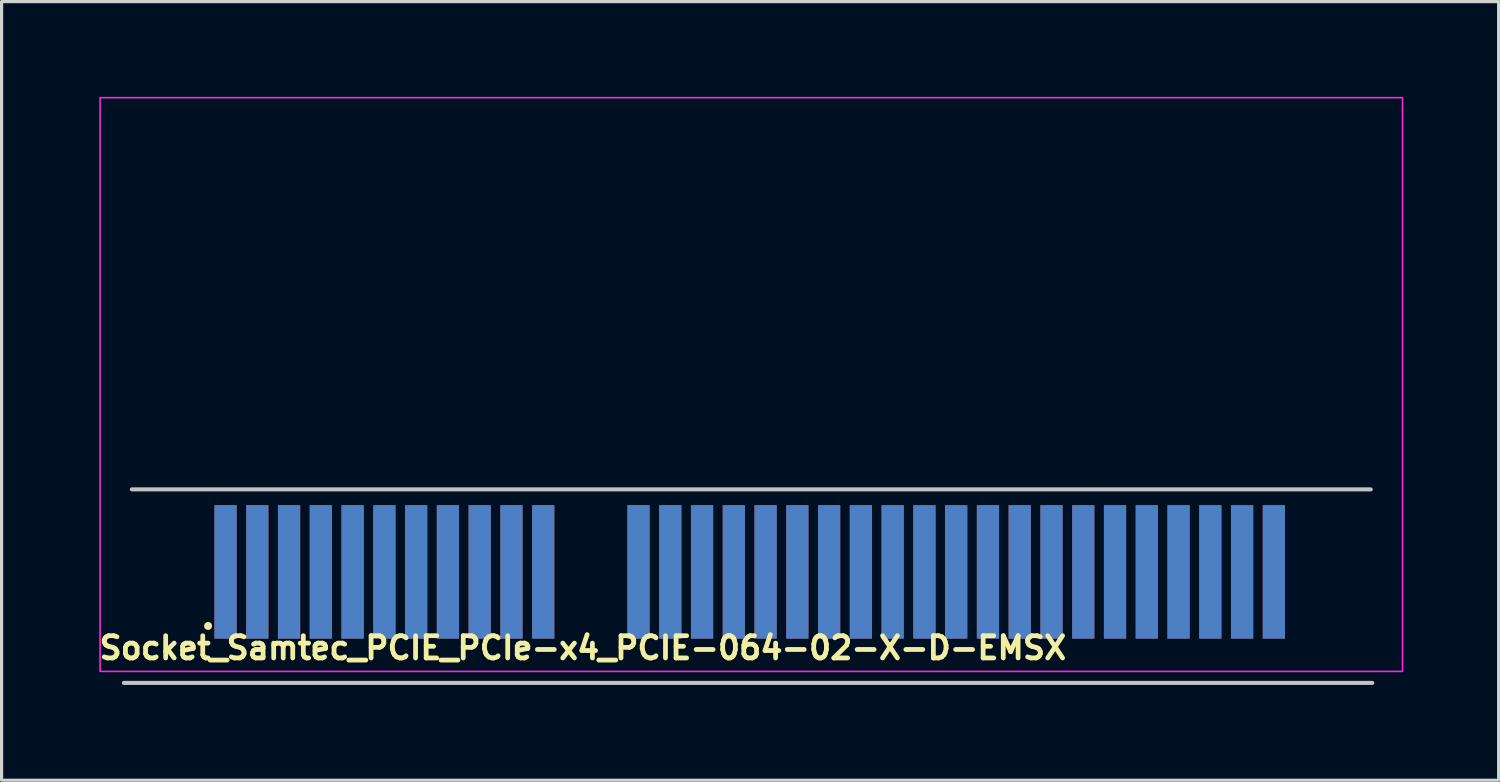
<source format=kicad_pcb>
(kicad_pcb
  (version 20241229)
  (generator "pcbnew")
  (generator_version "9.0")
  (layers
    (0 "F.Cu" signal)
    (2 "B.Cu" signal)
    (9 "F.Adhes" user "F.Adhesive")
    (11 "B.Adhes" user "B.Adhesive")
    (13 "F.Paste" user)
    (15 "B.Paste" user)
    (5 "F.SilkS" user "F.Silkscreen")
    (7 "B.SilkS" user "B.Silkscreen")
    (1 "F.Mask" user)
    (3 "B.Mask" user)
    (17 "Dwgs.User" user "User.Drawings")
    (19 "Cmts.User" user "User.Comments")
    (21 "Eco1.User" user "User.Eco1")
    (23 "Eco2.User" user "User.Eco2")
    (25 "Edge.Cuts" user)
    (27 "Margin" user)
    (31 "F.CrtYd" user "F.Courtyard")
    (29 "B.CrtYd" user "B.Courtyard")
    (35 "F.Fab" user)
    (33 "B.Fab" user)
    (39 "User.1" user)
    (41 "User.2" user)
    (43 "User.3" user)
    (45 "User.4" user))
  (footprint "Socket_Samtec_PCIE_PCIe-x4_PCIE-064-02-X-D-EMSX"
    (layer "F.Cu")
    (at 20.6 9.055)
    (property "Reference" "Socket_Samtec_PCIE_PCIe-x4_PCIE-064-02-X-D-EMSX" (at -20.6 8.7 0) (layer "F.SilkS") (effects (font (size 0.7 0.7) (thickness 0.15)) (justify left bottom)))
    (attr smd)
    (fp_circle (center -17.1 7.6) (end -17.05 7.6) (stroke (width 0.15) (type solid)) (fill yes) (layer "F.SilkS"))
    (fp_line (start 19.5 3.3) (end -19.5 3.3) (stroke (width 0.127) (type solid)) (layer "Dwgs.User"))
    (fp_line (start 19.55 9.392) (end -19.75 9.392) (stroke (width 0.127) (type solid)) (layer "Dwgs.User"))
    (fp_rect (start -20.5 -9.03) (end 20.5 9.03) (stroke (width 0.05) (type solid)) (fill no) (layer "F.CrtYd"))
    (fp_rect (start -19.5 -8.032) (end 19.5 8.033) (stroke (width 0.1) (type solid)) (fill no) (layer "User.5"))
    (fp_line (start -19.5 -8.008) (end -15.95 -8.008) (stroke (width 0.02) (type solid)) (layer "User.9"))
    (fp_line (start -19.5 -5.207) (end -19.5 -8.008) (stroke (width 0.02) (type solid)) (layer "User.9"))
    (fp_line (start -19.5 -4.407) (end -19.5 -5.207) (stroke (width 0.02) (type solid)) (layer "User.9"))
    (fp_line (start -19.5 3.042) (end -19.5 -4.407) (stroke (width 0.02) (type solid)) (layer "User.9"))
    (fp_line (start -18.481 -8.032) (end -17.381 -8.032) (stroke (width 0.02) (type solid)) (layer "User.9"))
    (fp_line (start -18.481 -8.008) (end -18.481 -8.032) (stroke (width 0.02) (type solid)) (layer "User.9"))
    (fp_line (start -17.381 -8.008) (end -17.381 -8.032) (stroke (width 0.02) (type solid)) (layer "User.9"))
    (fp_line (start -16.695 5.393) (end -16.695 3.042) (stroke (width 0.02) (type solid)) (layer "User.9"))
    (fp_line (start -16.695 5.393) (end -16.695 5.531) (stroke (width 0.02) (type solid)) (layer "User.9"))
    (fp_line (start -16.695 7.538) (end -16.695 5.531) (stroke (width 0.02) (type solid)) (layer "User.9"))
    (fp_line (start -16.695 7.538) (end -16.695 7.732) (stroke (width 0.02) (type solid)) (layer "User.9"))
    (fp_line (start -16.695 7.903) (end -16.695 7.732) (stroke (width 0.02) (type solid)) (layer "User.9"))
    (fp_line (start -16.695 8.033) (end -16.695 7.903) (stroke (width 0.02) (type solid)) (layer "User.9"))
    (fp_line (start -16.34 3.042) (end -16.34 5.393) (stroke (width 0.02) (type solid)) (layer "User.9"))
    (fp_line (start -16.34 5.393) (end -16.34 5.531) (stroke (width 0.02) (type solid)) (layer "User.9"))
    (fp_line (start -16.34 5.531) (end -16.34 7.538) (stroke (width 0.02) (type solid)) (layer "User.9"))
    (fp_line (start -16.34 7.538) (end -16.34 7.732) (stroke (width 0.02) (type solid)) (layer "User.9"))
    (fp_line (start -16.34 7.732) (end -16.34 7.903) (stroke (width 0.02) (type solid)) (layer "User.9"))
    (fp_line (start -16.34 7.903) (end -16.695 7.903) (stroke (width 0.02) (type solid)) (layer "User.9"))
    (fp_line (start -16.34 7.903) (end -16.34 8.033) (stroke (width 0.02) (type solid)) (layer "User.9"))
    (fp_line (start -16.34 8.033) (end -16.695 8.033) (stroke (width 0.02) (type solid)) (layer "User.9"))
    (fp_line (start -15.95 -8.008) (end -15.95 -5.207) (stroke (width 0.02) (type solid)) (layer "User.9"))
    (fp_line (start -15.95 -5.207) (end -19.5 -5.207) (stroke (width 0.02) (type solid)) (layer "User.9"))
    (fp_line (start -15.95 -5.207) (end -15.95 -4.407) (stroke (width 0.02) (type solid)) (layer "User.9"))
    (fp_line (start -15.95 -4.407) (end -19.5 -4.407) (stroke (width 0.02) (type solid)) (layer "User.9"))
    (fp_line (start -15.695 5.393) (end -15.695 3.042) (stroke (width 0.02) (type solid)) (layer "User.9"))
    (fp_line (start -15.695 5.531) (end -15.695 5.393) (stroke (width 0.02) (type solid)) (layer "User.9"))
    (fp_line (start -15.695 7.538) (end -15.695 5.531) (stroke (width 0.02) (type solid)) (layer "User.9"))
    (fp_line (start -15.695 7.732) (end -15.695 7.538) (stroke (width 0.02) (type solid)) (layer "User.9"))
    (fp_line (start -15.695 7.903) (end -15.695 7.732) (stroke (width 0.02) (type solid)) (layer "User.9"))
    (fp_line (start -15.695 8.033) (end -15.695 7.903) (stroke (width 0.02) (type solid)) (layer "User.9"))
    (fp_line (start -15.34 3.042) (end -15.34 5.393) (stroke (width 0.02) (type solid)) (layer "User.9"))
    (fp_line (start -15.34 5.393) (end -15.34 5.531) (stroke (width 0.02) (type solid)) (layer "User.9"))
    (fp_line (start -15.34 5.531) (end -15.34 7.538) (stroke (width 0.02) (type solid)) (layer "User.9"))
    (fp_line (start -15.34 7.538) (end -15.34 7.732) (stroke (width 0.02) (type solid)) (layer "User.9"))
    (fp_line (start -15.34 7.732) (end -15.34 7.903) (stroke (width 0.02) (type solid)) (layer "User.9"))
    (fp_line (start -15.34 7.903) (end -15.695 7.903) (stroke (width 0.02) (type solid)) (layer "User.9"))
    (fp_line (start -15.34 7.903) (end -15.34 8.033) (stroke (width 0.02) (type solid)) (layer "User.9"))
    (fp_line (start -15.34 8.033) (end -15.695 8.033) (stroke (width 0.02) (type solid)) (layer "User.9"))
    (fp_line (start -14.695 5.393) (end -14.695 3.042) (stroke (width 0.02) (type solid)) (layer "User.9"))
    (fp_line (start -14.695 5.531) (end -14.695 5.393) (stroke (width 0.02) (type solid)) (layer "User.9"))
    (fp_line (start -14.695 7.538) (end -14.695 5.531) (stroke (width 0.02) (type solid)) (layer "User.9"))
    (fp_line (start -14.695 7.732) (end -14.695 7.538) (stroke (width 0.02) (type solid)) (layer "User.9"))
    (fp_line (start -14.695 7.903) (end -14.695 7.732) (stroke (width 0.02) (type solid)) (layer "User.9"))
    (fp_line (start -14.695 8.033) (end -14.695 7.903) (stroke (width 0.02) (type solid)) (layer "User.9"))
    (fp_line (start -14.55 -8.008) (end -15.95 -8.008) (stroke (width 0.02) (type solid)) (layer "User.9"))
    (fp_line (start -14.55 -8.008) (end -10.45 -8.008) (stroke (width 0.02) (type solid)) (layer "User.9"))
    (fp_line (start -14.55 -5.207) (end -14.55 -8.008) (stroke (width 0.02) (type solid)) (layer "User.9"))
    (fp_line (start -14.55 -4.407) (end -14.55 -5.207) (stroke (width 0.02) (type solid)) (layer "User.9"))
    (fp_line (start -14.34 3.042) (end -14.34 5.393) (stroke (width 0.02) (type solid)) (layer "User.9"))
    (fp_line (start -14.34 5.393) (end -14.34 5.531) (stroke (width 0.02) (type solid)) (layer "User.9"))
    (fp_line (start -14.34 5.531) (end -14.34 7.538) (stroke (width 0.02) (type solid)) (layer "User.9"))
    (fp_line (start -14.34 7.538) (end -14.34 7.732) (stroke (width 0.02) (type solid)) (layer "User.9"))
    (fp_line (start -14.34 7.732) (end -14.34 7.903) (stroke (width 0.02) (type solid)) (layer "User.9"))
    (fp_line (start -14.34 7.903) (end -14.695 7.903) (stroke (width 0.02) (type solid)) (layer "User.9"))
    (fp_line (start -14.34 7.903) (end -14.34 8.033) (stroke (width 0.02) (type solid)) (layer "User.9"))
    (fp_line (start -14.34 8.033) (end -14.695 8.033) (stroke (width 0.02) (type solid)) (layer "User.9"))
    (fp_line (start -13.695 5.393) (end -13.695 3.042) (stroke (width 0.02) (type solid)) (layer "User.9"))
    (fp_line (start -13.695 5.531) (end -13.695 5.393) (stroke (width 0.02) (type solid)) (layer "User.9"))
    (fp_line (start -13.695 7.538) (end -13.695 5.531) (stroke (width 0.02) (type solid)) (layer "User.9"))
    (fp_line (start -13.695 7.732) (end -13.695 7.538) (stroke (width 0.02) (type solid)) (layer "User.9"))
    (fp_line (start -13.695 7.903) (end -13.695 7.732) (stroke (width 0.02) (type solid)) (layer "User.9"))
    (fp_line (start -13.695 8.033) (end -13.695 7.903) (stroke (width 0.02) (type solid)) (layer "User.9"))
    (fp_line (start -13.34 3.042) (end -13.34 5.393) (stroke (width 0.02) (type solid)) (layer "User.9"))
    (fp_line (start -13.34 5.393) (end -13.34 5.531) (stroke (width 0.02) (type solid)) (layer "User.9"))
    (fp_line (start -13.34 5.531) (end -13.34 7.538) (stroke (width 0.02) (type solid)) (layer "User.9"))
    (fp_line (start -13.34 7.538) (end -13.34 7.732) (stroke (width 0.02) (type solid)) (layer "User.9"))
    (fp_line (start -13.34 7.732) (end -13.34 7.903) (stroke (width 0.02) (type solid)) (layer "User.9"))
    (fp_line (start -13.34 7.903) (end -13.695 7.903) (stroke (width 0.02) (type solid)) (layer "User.9"))
    (fp_line (start -13.34 7.903) (end -13.34 8.033) (stroke (width 0.02) (type solid)) (layer "User.9"))
    (fp_line (start -13.34 8.033) (end -13.695 8.033) (stroke (width 0.02) (type solid)) (layer "User.9"))
    (fp_line (start -12.695 5.393) (end -12.695 3.042) (stroke (width 0.02) (type solid)) (layer "User.9"))
    (fp_line (start -12.695 5.531) (end -12.695 5.393) (stroke (width 0.02) (type solid)) (layer "User.9"))
    (fp_line (start -12.695 7.538) (end -12.695 5.531) (stroke (width 0.02) (type solid)) (layer "User.9"))
    (fp_line (start -12.695 7.732) (end -12.695 7.538) (stroke (width 0.02) (type solid)) (layer "User.9"))
    (fp_line (start -12.695 7.903) (end -12.695 7.732) (stroke (width 0.02) (type solid)) (layer "User.9"))
    (fp_line (start -12.695 8.033) (end -12.695 7.903) (stroke (width 0.02) (type solid)) (layer "User.9"))
    (fp_line (start -12.34 3.042) (end -12.34 5.393) (stroke (width 0.02) (type solid)) (layer "User.9"))
    (fp_line (start -12.34 5.393) (end -12.34 5.531) (stroke (width 0.02) (type solid)) (layer "User.9"))
    (fp_line (start -12.34 5.531) (end -12.34 7.538) (stroke (width 0.02) (type solid)) (layer "User.9"))
    (fp_line (start -12.34 7.538) (end -12.34 7.732) (stroke (width 0.02) (type solid)) (layer "User.9"))
    (fp_line (start -12.34 7.732) (end -12.34 7.903) (stroke (width 0.02) (type solid)) (layer "User.9"))
    (fp_line (start -12.34 7.903) (end -12.695 7.903) (stroke (width 0.02) (type solid)) (layer "User.9"))
    (fp_line (start -12.34 7.903) (end -12.34 8.033) (stroke (width 0.02) (type solid)) (layer "User.9"))
    (fp_line (start -12.34 8.033) (end -12.695 8.033) (stroke (width 0.02) (type solid)) (layer "User.9"))
    (fp_line (start -11.695 5.393) (end -11.695 3.042) (stroke (width 0.02) (type solid)) (layer "User.9"))
    (fp_line (start -11.695 5.531) (end -11.695 5.393) (stroke (width 0.02) (type solid)) (layer "User.9"))
    (fp_line (start -11.695 7.538) (end -11.695 5.531) (stroke (width 0.02) (type solid)) (layer "User.9"))
    (fp_line (start -11.695 7.732) (end -11.695 7.538) (stroke (width 0.02) (type solid)) (layer "User.9"))
    (fp_line (start -11.695 7.903) (end -11.695 7.732) (stroke (width 0.02) (type solid)) (layer "User.9"))
    (fp_line (start -11.695 8.033) (end -11.695 7.903) (stroke (width 0.02) (type solid)) (layer "User.9"))
    (fp_line (start -11.34 3.042) (end -11.34 5.393) (stroke (width 0.02) (type solid)) (layer "User.9"))
    (fp_line (start -11.34 5.393) (end -11.34 5.531) (stroke (width 0.02) (type solid)) (layer "User.9"))
    (fp_line (start -11.34 5.531) (end -11.34 7.538) (stroke (width 0.02) (type solid)) (layer "User.9"))
    (fp_line (start -11.34 7.538) (end -11.34 7.732) (stroke (width 0.02) (type solid)) (layer "User.9"))
    (fp_line (start -11.34 7.732) (end -11.34 7.903) (stroke (width 0.02) (type solid)) (layer "User.9"))
    (fp_line (start -11.34 7.903) (end -11.695 7.903) (stroke (width 0.02) (type solid)) (layer "User.9"))
    (fp_line (start -11.34 7.903) (end -11.34 8.033) (stroke (width 0.02) (type solid)) (layer "User.9"))
    (fp_line (start -11.34 8.033) (end -11.695 8.033) (stroke (width 0.02) (type solid)) (layer "User.9"))
    (fp_line (start -10.695 5.393) (end -10.695 3.042) (stroke (width 0.02) (type solid)) (layer "User.9"))
    (fp_line (start -10.695 5.531) (end -10.695 5.393) (stroke (width 0.02) (type solid)) (layer "User.9"))
    (fp_line (start -10.695 7.538) (end -10.695 5.531) (stroke (width 0.02) (type solid)) (layer "User.9"))
    (fp_line (start -10.695 7.732) (end -10.695 7.538) (stroke (width 0.02) (type solid)) (layer "User.9"))
    (fp_line (start -10.695 7.903) (end -10.695 7.732) (stroke (width 0.02) (type solid)) (layer "User.9"))
    (fp_line (start -10.695 8.033) (end -10.695 7.903) (stroke (width 0.02) (type solid)) (layer "User.9"))
    (fp_line (start -10.45 -8.008) (end -10.45 -5.207) (stroke (width 0.02) (type solid)) (layer "User.9"))
    (fp_line (start -10.45 -5.207) (end -14.55 -5.207) (stroke (width 0.02) (type solid)) (layer "User.9"))
    (fp_line (start -10.45 -4.407) (end -14.55 -4.407) (stroke (width 0.02) (type solid)) (layer "User.9"))
    (fp_line (start -10.45 -4.407) (end -10.45 -5.207) (stroke (width 0.02) (type solid)) (layer "User.9"))
    (fp_line (start -10.34 3.042) (end -10.34 5.393) (stroke (width 0.02) (type solid)) (layer "User.9"))
    (fp_line (start -10.34 5.393) (end -10.34 5.531) (stroke (width 0.02) (type solid)) (layer "User.9"))
    (fp_line (start -10.34 5.531) (end -10.34 7.538) (stroke (width 0.02) (type solid)) (layer "User.9"))
    (fp_line (start -10.34 7.538) (end -10.34 7.732) (stroke (width 0.02) (type solid)) (layer "User.9"))
    (fp_line (start -10.34 7.732) (end -10.34 7.903) (stroke (width 0.02) (type solid)) (layer "User.9"))
    (fp_line (start -10.34 7.903) (end -10.695 7.903) (stroke (width 0.02) (type solid)) (layer "User.9"))
    (fp_line (start -10.34 7.903) (end -10.34 8.033) (stroke (width 0.02) (type solid)) (layer "User.9"))
    (fp_line (start -10.34 8.033) (end -10.695 8.033) (stroke (width 0.02) (type solid)) (layer "User.9"))
    (fp_line (start -9.695 5.393) (end -9.695 3.042) (stroke (width 0.02) (type solid)) (layer "User.9"))
    (fp_line (start -9.695 5.531) (end -9.695 5.393) (stroke (width 0.02) (type solid)) (layer "User.9"))
    (fp_line (start -9.695 7.538) (end -9.695 5.531) (stroke (width 0.02) (type solid)) (layer "User.9"))
    (fp_line (start -9.695 7.732) (end -9.695 7.538) (stroke (width 0.02) (type solid)) (layer "User.9"))
    (fp_line (start -9.695 7.903) (end -9.695 7.732) (stroke (width 0.02) (type solid)) (layer "User.9"))
    (fp_line (start -9.695 8.033) (end -9.695 7.903) (stroke (width 0.02) (type solid)) (layer "User.9"))
    (fp_line (start -9.34 3.042) (end -9.34 5.393) (stroke (width 0.02) (type solid)) (layer "User.9"))
    (fp_line (start -9.34 5.393) (end -9.34 5.531) (stroke (width 0.02) (type solid)) (layer "User.9"))
    (fp_line (start -9.34 5.531) (end -9.34 7.538) (stroke (width 0.02) (type solid)) (layer "User.9"))
    (fp_line (start -9.34 7.538) (end -9.34 7.732) (stroke (width 0.02) (type solid)) (layer "User.9"))
    (fp_line (start -9.34 7.732) (end -9.34 7.903) (stroke (width 0.02) (type solid)) (layer "User.9"))
    (fp_line (start -9.34 7.903) (end -9.695 7.903) (stroke (width 0.02) (type solid)) (layer "User.9"))
    (fp_line (start -9.34 7.903) (end -9.34 8.033) (stroke (width 0.02) (type solid)) (layer "User.9"))
    (fp_line (start -9.34 8.033) (end -9.695 8.033) (stroke (width 0.02) (type solid)) (layer "User.9"))
    (fp_line (start -9.05 -8.008) (end -10.45 -8.008) (stroke (width 0.02) (type solid)) (layer "User.9"))
    (fp_line (start -9.05 -8.008) (end -4.95 -8.008) (stroke (width 0.02) (type solid)) (layer "User.9"))
    (fp_line (start -9.05 -5.207) (end -9.05 -8.008) (stroke (width 0.02) (type solid)) (layer "User.9"))
    (fp_line (start -9.05 -4.407) (end -9.05 -5.207) (stroke (width 0.02) (type solid)) (layer "User.9"))
    (fp_line (start -8.695 5.393) (end -8.695 3.042) (stroke (width 0.02) (type solid)) (layer "User.9"))
    (fp_line (start -8.695 5.531) (end -8.695 5.393) (stroke (width 0.02) (type solid)) (layer "User.9"))
    (fp_line (start -8.695 7.538) (end -8.695 5.531) (stroke (width 0.02) (type solid)) (layer "User.9"))
    (fp_line (start -8.695 7.732) (end -8.695 7.538) (stroke (width 0.02) (type solid)) (layer "User.9"))
    (fp_line (start -8.695 7.903) (end -8.695 7.732) (stroke (width 0.02) (type solid)) (layer "User.9"))
    (fp_line (start -8.695 8.033) (end -8.695 7.903) (stroke (width 0.02) (type solid)) (layer "User.9"))
    (fp_line (start -8.34 3.042) (end -8.34 5.393) (stroke (width 0.02) (type solid)) (layer "User.9"))
    (fp_line (start -8.34 5.393) (end -8.34 5.531) (stroke (width 0.02) (type solid)) (layer "User.9"))
    (fp_line (start -8.34 5.531) (end -8.34 7.538) (stroke (width 0.02) (type solid)) (layer "User.9"))
    (fp_line (start -8.34 7.538) (end -8.34 7.732) (stroke (width 0.02) (type solid)) (layer "User.9"))
    (fp_line (start -8.34 7.732) (end -8.34 7.903) (stroke (width 0.02) (type solid)) (layer "User.9"))
    (fp_line (start -8.34 7.903) (end -8.695 7.903) (stroke (width 0.02) (type solid)) (layer "User.9"))
    (fp_line (start -8.34 7.903) (end -8.34 8.033) (stroke (width 0.02) (type solid)) (layer "User.9"))
    (fp_line (start -8.34 8.033) (end -8.695 8.033) (stroke (width 0.02) (type solid)) (layer "User.9"))
    (fp_line (start -7.695 5.393) (end -7.695 3.042) (stroke (width 0.02) (type solid)) (layer "User.9"))
    (fp_line (start -7.695 5.531) (end -7.695 5.393) (stroke (width 0.02) (type solid)) (layer "User.9"))
    (fp_line (start -7.695 7.538) (end -7.695 5.531) (stroke (width 0.02) (type solid)) (layer "User.9"))
    (fp_line (start -7.695 7.732) (end -7.695 7.538) (stroke (width 0.02) (type solid)) (layer "User.9"))
    (fp_line (start -7.695 7.903) (end -7.695 7.732) (stroke (width 0.02) (type solid)) (layer "User.9"))
    (fp_line (start -7.695 8.033) (end -7.695 7.903) (stroke (width 0.02) (type solid)) (layer "User.9"))
    (fp_line (start -7.34 3.042) (end -7.34 5.393) (stroke (width 0.02) (type solid)) (layer "User.9"))
    (fp_line (start -7.34 5.393) (end -7.34 5.531) (stroke (width 0.02) (type solid)) (layer "User.9"))
    (fp_line (start -7.34 5.531) (end -7.34 7.538) (stroke (width 0.02) (type solid)) (layer "User.9"))
    (fp_line (start -7.34 7.538) (end -7.34 7.732) (stroke (width 0.02) (type solid)) (layer "User.9"))
    (fp_line (start -7.34 7.732) (end -7.34 7.903) (stroke (width 0.02) (type solid)) (layer "User.9"))
    (fp_line (start -7.34 7.903) (end -7.695 7.903) (stroke (width 0.02) (type solid)) (layer "User.9"))
    (fp_line (start -7.34 7.903) (end -7.34 8.033) (stroke (width 0.02) (type solid)) (layer "User.9"))
    (fp_line (start -7.34 8.033) (end -7.695 8.033) (stroke (width 0.02) (type solid)) (layer "User.9"))
    (fp_line (start -6.695 5.393) (end -6.695 3.042) (stroke (width 0.02) (type solid)) (layer "User.9"))
    (fp_line (start -6.695 5.531) (end -6.695 5.393) (stroke (width 0.02) (type solid)) (layer "User.9"))
    (fp_line (start -6.695 7.538) (end -6.695 5.531) (stroke (width 0.02) (type solid)) (layer "User.9"))
    (fp_line (start -6.695 7.732) (end -6.695 7.538) (stroke (width 0.02) (type solid)) (layer "User.9"))
    (fp_line (start -6.695 7.903) (end -6.695 7.732) (stroke (width 0.02) (type solid)) (layer "User.9"))
    (fp_line (start -6.695 8.033) (end -6.695 7.903) (stroke (width 0.02) (type solid)) (layer "User.9"))
    (fp_line (start -6.34 3.042) (end -6.34 5.393) (stroke (width 0.02) (type solid)) (layer "User.9"))
    (fp_line (start -6.34 5.393) (end -6.34 5.531) (stroke (width 0.02) (type solid)) (layer "User.9"))
    (fp_line (start -6.34 5.531) (end -6.34 7.538) (stroke (width 0.02) (type solid)) (layer "User.9"))
    (fp_line (start -6.34 7.538) (end -6.34 7.732) (stroke (width 0.02) (type solid)) (layer "User.9"))
    (fp_line (start -6.34 7.732) (end -6.34 7.903) (stroke (width 0.02) (type solid)) (layer "User.9"))
    (fp_line (start -6.34 7.903) (end -6.695 7.903) (stroke (width 0.02) (type solid)) (layer "User.9"))
    (fp_line (start -6.34 7.903) (end -6.34 8.033) (stroke (width 0.02) (type solid)) (layer "User.9"))
    (fp_line (start -6.34 8.033) (end -6.695 8.033) (stroke (width 0.02) (type solid)) (layer "User.9"))
    (fp_line (start -4.95 -8.008) (end -4.95 -5.207) (stroke (width 0.02) (type solid)) (layer "User.9"))
    (fp_line (start -4.95 -5.207) (end -9.05 -5.207) (stroke (width 0.02) (type solid)) (layer "User.9"))
    (fp_line (start -4.95 -4.407) (end -9.05 -4.407) (stroke (width 0.02) (type solid)) (layer "User.9"))
    (fp_line (start -4.95 -4.407) (end -4.95 -5.207) (stroke (width 0.02) (type solid)) (layer "User.9"))
    (fp_line (start -3.695 5.393) (end -3.695 3.042) (stroke (width 0.02) (type solid)) (layer "User.9"))
    (fp_line (start -3.695 5.531) (end -3.695 5.393) (stroke (width 0.02) (type solid)) (layer "User.9"))
    (fp_line (start -3.695 7.538) (end -3.695 5.531) (stroke (width 0.02) (type solid)) (layer "User.9"))
    (fp_line (start -3.695 7.732) (end -3.695 7.538) (stroke (width 0.02) (type solid)) (layer "User.9"))
    (fp_line (start -3.695 7.903) (end -3.695 7.732) (stroke (width 0.02) (type solid)) (layer "User.9"))
    (fp_line (start -3.695 8.033) (end -3.695 7.903) (stroke (width 0.02) (type solid)) (layer "User.9"))
    (fp_line (start -3.55 -8.008) (end -4.95 -8.008) (stroke (width 0.02) (type solid)) (layer "User.9"))
    (fp_line (start -3.55 -8.008) (end 0.55 -8.008) (stroke (width 0.02) (type solid)) (layer "User.9"))
    (fp_line (start -3.55 -5.207) (end -3.55 -8.008) (stroke (width 0.02) (type solid)) (layer "User.9"))
    (fp_line (start -3.55 -4.407) (end -3.55 -5.207) (stroke (width 0.02) (type solid)) (layer "User.9"))
    (fp_line (start -3.34 3.042) (end -3.34 5.393) (stroke (width 0.02) (type solid)) (layer "User.9"))
    (fp_line (start -3.34 5.393) (end -3.34 5.531) (stroke (width 0.02) (type solid)) (layer "User.9"))
    (fp_line (start -3.34 5.531) (end -3.34 7.538) (stroke (width 0.02) (type solid)) (layer "User.9"))
    (fp_line (start -3.34 7.538) (end -3.34 7.732) (stroke (width 0.02) (type solid)) (layer "User.9"))
    (fp_line (start -3.34 7.732) (end -3.34 7.903) (stroke (width 0.02) (type solid)) (layer "User.9"))
    (fp_line (start -3.34 7.903) (end -3.695 7.903) (stroke (width 0.02) (type solid)) (layer "User.9"))
    (fp_line (start -3.34 7.903) (end -3.34 8.033) (stroke (width 0.02) (type solid)) (layer "User.9"))
    (fp_line (start -3.34 8.033) (end -3.695 8.033) (stroke (width 0.02) (type solid)) (layer "User.9"))
    (fp_line (start -2.695 5.393) (end -2.695 3.042) (stroke (width 0.02) (type solid)) (layer "User.9"))
    (fp_line (start -2.695 5.531) (end -2.695 5.393) (stroke (width 0.02) (type solid)) (layer "User.9"))
    (fp_line (start -2.695 7.538) (end -2.695 5.531) (stroke (width 0.02) (type solid)) (layer "User.9"))
    (fp_line (start -2.695 7.732) (end -2.695 7.538) (stroke (width 0.02) (type solid)) (layer "User.9"))
    (fp_line (start -2.695 7.903) (end -2.695 7.732) (stroke (width 0.02) (type solid)) (layer "User.9"))
    (fp_line (start -2.695 8.033) (end -2.695 7.903) (stroke (width 0.02) (type solid)) (layer "User.9"))
    (fp_line (start -2.34 3.042) (end -2.34 5.393) (stroke (width 0.02) (type solid)) (layer "User.9"))
    (fp_line (start -2.34 5.393) (end -2.34 5.531) (stroke (width 0.02) (type solid)) (layer "User.9"))
    (fp_line (start -2.34 5.531) (end -2.34 7.538) (stroke (width 0.02) (type solid)) (layer "User.9"))
    (fp_line (start -2.34 7.538) (end -2.34 7.732) (stroke (width 0.02) (type solid)) (layer "User.9"))
    (fp_line (start -2.34 7.732) (end -2.34 7.903) (stroke (width 0.02) (type solid)) (layer "User.9"))
    (fp_line (start -2.34 7.903) (end -2.695 7.903) (stroke (width 0.02) (type solid)) (layer "User.9"))
    (fp_line (start -2.34 7.903) (end -2.34 8.033) (stroke (width 0.02) (type solid)) (layer "User.9"))
    (fp_line (start -2.34 8.033) (end -2.695 8.033) (stroke (width 0.02) (type solid)) (layer "User.9"))
    (fp_line (start -1.695 5.393) (end -1.695 3.042) (stroke (width 0.02) (type solid)) (layer "User.9"))
    (fp_line (start -1.695 5.531) (end -1.695 5.393) (stroke (width 0.02) (type solid)) (layer "User.9"))
    (fp_line (start -1.695 7.538) (end -1.695 5.531) (stroke (width 0.02) (type solid)) (layer "User.9"))
    (fp_line (start -1.695 7.732) (end -1.695 7.538) (stroke (width 0.02) (type solid)) (layer "User.9"))
    (fp_line (start -1.695 7.903) (end -1.695 7.732) (stroke (width 0.02) (type solid)) (layer "User.9"))
    (fp_line (start -1.695 8.033) (end -1.695 7.903) (stroke (width 0.02) (type solid)) (layer "User.9"))
    (fp_line (start -1.34 3.042) (end -1.34 5.393) (stroke (width 0.02) (type solid)) (layer "User.9"))
    (fp_line (start -1.34 5.393) (end -1.34 5.531) (stroke (width 0.02) (type solid)) (layer "User.9"))
    (fp_line (start -1.34 5.531) (end -1.34 7.538) (stroke (width 0.02) (type solid)) (layer "User.9"))
    (fp_line (start -1.34 7.538) (end -1.34 7.732) (stroke (width 0.02) (type solid)) (layer "User.9"))
    (fp_line (start -1.34 7.732) (end -1.34 7.903) (stroke (width 0.02) (type solid)) (layer "User.9"))
    (fp_line (start -1.34 7.903) (end -1.695 7.903) (stroke (width 0.02) (type solid)) (layer "User.9"))
    (fp_line (start -1.34 7.903) (end -1.34 8.033) (stroke (width 0.02) (type solid)) (layer "User.9"))
    (fp_line (start -1.34 8.033) (end -1.695 8.033) (stroke (width 0.02) (type solid)) (layer "User.9"))
    (fp_line (start -0.695 5.393) (end -0.695 3.042) (stroke (width 0.02) (type solid)) (layer "User.9"))
    (fp_line (start -0.695 5.531) (end -0.695 5.393) (stroke (width 0.02) (type solid)) (layer "User.9"))
    (fp_line (start -0.695 7.538) (end -0.695 5.531) (stroke (width 0.02) (type solid)) (layer "User.9"))
    (fp_line (start -0.695 7.732) (end -0.695 7.538) (stroke (width 0.02) (type solid)) (layer "User.9"))
    (fp_line (start -0.695 7.903) (end -0.695 7.732) (stroke (width 0.02) (type solid)) (layer "User.9"))
    (fp_line (start -0.695 8.033) (end -0.695 7.903) (stroke (width 0.02) (type solid)) (layer "User.9"))
    (fp_line (start -0.34 3.042) (end -0.34 5.393) (stroke (width 0.02) (type solid)) (layer "User.9"))
    (fp_line (start -0.34 5.393) (end -0.34 5.531) (stroke (width 0.02) (type solid)) (layer "User.9"))
    (fp_line (start -0.34 5.531) (end -0.34 7.538) (stroke (width 0.02) (type solid)) (layer "User.9"))
    (fp_line (start -0.34 7.538) (end -0.34 7.732) (stroke (width 0.02) (type solid)) (layer "User.9"))
    (fp_line (start -0.34 7.732) (end -0.34 7.903) (stroke (width 0.02) (type solid)) (layer "User.9"))
    (fp_line (start -0.34 7.903) (end -0.695 7.903) (stroke (width 0.02) (type solid)) (layer "User.9"))
    (fp_line (start -0.34 7.903) (end -0.34 8.033) (stroke (width 0.02) (type solid)) (layer "User.9"))
    (fp_line (start -0.34 8.033) (end -0.695 8.033) (stroke (width 0.02) (type solid)) (layer "User.9"))
    (fp_line (start 0.305 5.393) (end 0.305 3.042) (stroke (width 0.02) (type solid)) (layer "User.9"))
    (fp_line (start 0.305 5.531) (end 0.305 5.393) (stroke (width 0.02) (type solid)) (layer "User.9"))
    (fp_line (start 0.305 7.538) (end 0.305 5.531) (stroke (width 0.02) (type solid)) (layer "User.9"))
    (fp_line (start 0.305 7.732) (end 0.305 7.538) (stroke (width 0.02) (type solid)) (layer "User.9"))
    (fp_line (start 0.305 7.903) (end 0.305 7.732) (stroke (width 0.02) (type solid)) (layer "User.9"))
    (fp_line (start 0.305 8.033) (end 0.305 7.903) (stroke (width 0.02) (type solid)) (layer "User.9"))
    (fp_line (start 0.55 -8.008) (end 0.55 -5.207) (stroke (width 0.02) (type solid)) (layer "User.9"))
    (fp_line (start 0.55 -5.207) (end -3.55 -5.207) (stroke (width 0.02) (type solid)) (layer "User.9"))
    (fp_line (start 0.55 -4.407) (end -3.55 -4.407) (stroke (width 0.02) (type solid)) (layer "User.9"))
    (fp_line (start 0.55 -4.407) (end 0.55 -5.207) (stroke (width 0.02) (type solid)) (layer "User.9"))
    (fp_line (start 0.66 3.042) (end 0.66 5.393) (stroke (width 0.02) (type solid)) (layer "User.9"))
    (fp_line (start 0.66 5.393) (end 0.66 5.531) (stroke (width 0.02) (type solid)) (layer "User.9"))
    (fp_line (start 0.66 5.531) (end 0.66 7.538) (stroke (width 0.02) (type solid)) (layer "User.9"))
    (fp_line (start 0.66 7.538) (end 0.66 7.732) (stroke (width 0.02) (type solid)) (layer "User.9"))
    (fp_line (start 0.66 7.732) (end 0.66 7.903) (stroke (width 0.02) (type solid)) (layer "User.9"))
    (fp_line (start 0.66 7.903) (end 0.305 7.903) (stroke (width 0.02) (type solid)) (layer "User.9"))
    (fp_line (start 0.66 7.903) (end 0.66 8.033) (stroke (width 0.02) (type solid)) (layer "User.9"))
    (fp_line (start 0.66 8.033) (end 0.305 8.033) (stroke (width 0.02) (type solid)) (layer "User.9"))
    (fp_line (start 1.305 5.393) (end 1.305 3.042) (stroke (width 0.02) (type solid)) (layer "User.9"))
    (fp_line (start 1.305 5.531) (end 1.305 5.393) (stroke (width 0.02) (type solid)) (layer "User.9"))
    (fp_line (start 1.305 7.538) (end 1.305 5.531) (stroke (width 0.02) (type solid)) (layer "User.9"))
    (fp_line (start 1.305 7.732) (end 1.305 7.538) (stroke (width 0.02) (type solid)) (layer "User.9"))
    (fp_line (start 1.305 7.903) (end 1.305 7.732) (stroke (width 0.02) (type solid)) (layer "User.9"))
    (fp_line (start 1.305 8.033) (end 1.305 7.903) (stroke (width 0.02) (type solid)) (layer "User.9"))
    (fp_line (start 1.66 3.042) (end 1.66 5.393) (stroke (width 0.02) (type solid)) (layer "User.9"))
    (fp_line (start 1.66 5.393) (end 1.66 5.531) (stroke (width 0.02) (type solid)) (layer "User.9"))
    (fp_line (start 1.66 5.531) (end 1.66 7.538) (stroke (width 0.02) (type solid)) (layer "User.9"))
    (fp_line (start 1.66 7.538) (end 1.66 7.732) (stroke (width 0.02) (type solid)) (layer "User.9"))
    (fp_line (start 1.66 7.732) (end 1.66 7.903) (stroke (width 0.02) (type solid)) (layer "User.9"))
    (fp_line (start 1.66 7.903) (end 1.305 7.903) (stroke (width 0.02) (type solid)) (layer "User.9"))
    (fp_line (start 1.66 7.903) (end 1.66 8.033) (stroke (width 0.02) (type solid)) (layer "User.9"))
    (fp_line (start 1.66 8.033) (end 1.305 8.033) (stroke (width 0.02) (type solid)) (layer "User.9"))
    (fp_line (start 1.95 -8.008) (end 0.55 -8.008) (stroke (width 0.02) (type solid)) (layer "User.9"))
    (fp_line (start 1.95 -8.008) (end 6.05 -8.008) (stroke (width 0.02) (type solid)) (layer "User.9"))
    (fp_line (start 1.95 -5.207) (end 1.95 -8.008) (stroke (width 0.02) (type solid)) (layer "User.9"))
    (fp_line (start 1.95 -4.407) (end 1.95 -5.207) (stroke (width 0.02) (type solid)) (layer "User.9"))
    (fp_line (start 2.305 5.393) (end 2.305 3.042) (stroke (width 0.02) (type solid)) (layer "User.9"))
    (fp_line (start 2.305 5.531) (end 2.305 5.393) (stroke (width 0.02) (type solid)) (layer "User.9"))
    (fp_line (start 2.305 7.538) (end 2.305 5.531) (stroke (width 0.02) (type solid)) (layer "User.9"))
    (fp_line (start 2.305 7.732) (end 2.305 7.538) (stroke (width 0.02) (type solid)) (layer "User.9"))
    (fp_line (start 2.305 7.903) (end 2.305 7.732) (stroke (width 0.02) (type solid)) (layer "User.9"))
    (fp_line (start 2.305 8.033) (end 2.305 7.903) (stroke (width 0.02) (type solid)) (layer "User.9"))
    (fp_line (start 2.66 3.042) (end 2.66 5.393) (stroke (width 0.02) (type solid)) (layer "User.9"))
    (fp_line (start 2.66 5.393) (end 2.66 5.531) (stroke (width 0.02) (type solid)) (layer "User.9"))
    (fp_line (start 2.66 5.531) (end 2.66 7.538) (stroke (width 0.02) (type solid)) (layer "User.9"))
    (fp_line (start 2.66 7.538) (end 2.66 7.732) (stroke (width 0.02) (type solid)) (layer "User.9"))
    (fp_line (start 2.66 7.732) (end 2.66 7.903) (stroke (width 0.02) (type solid)) (layer "User.9"))
    (fp_line (start 2.66 7.903) (end 2.305 7.903) (stroke (width 0.02) (type solid)) (layer "User.9"))
    (fp_line (start 2.66 7.903) (end 2.66 8.033) (stroke (width 0.02) (type solid)) (layer "User.9"))
    (fp_line (start 2.66 8.033) (end 2.305 8.033) (stroke (width 0.02) (type solid)) (layer "User.9"))
    (fp_line (start 3.305 5.393) (end 3.305 3.042) (stroke (width 0.02) (type solid)) (layer "User.9"))
    (fp_line (start 3.305 5.531) (end 3.305 5.393) (stroke (width 0.02) (type solid)) (layer "User.9"))
    (fp_line (start 3.305 7.538) (end 3.305 5.531) (stroke (width 0.02) (type solid)) (layer "User.9"))
    (fp_line (start 3.305 7.732) (end 3.305 7.538) (stroke (width 0.02) (type solid)) (layer "User.9"))
    (fp_line (start 3.305 7.903) (end 3.305 7.732) (stroke (width 0.02) (type solid)) (layer "User.9"))
    (fp_line (start 3.305 8.033) (end 3.305 7.903) (stroke (width 0.02) (type solid)) (layer "User.9"))
    (fp_line (start 3.66 3.042) (end 3.66 5.393) (stroke (width 0.02) (type solid)) (layer "User.9"))
    (fp_line (start 3.66 5.393) (end 3.66 5.531) (stroke (width 0.02) (type solid)) (layer "User.9"))
    (fp_line (start 3.66 5.531) (end 3.66 7.538) (stroke (width 0.02) (type solid)) (layer "User.9"))
    (fp_line (start 3.66 7.538) (end 3.66 7.732) (stroke (width 0.02) (type solid)) (layer "User.9"))
    (fp_line (start 3.66 7.732) (end 3.66 7.903) (stroke (width 0.02) (type solid)) (layer "User.9"))
    (fp_line (start 3.66 7.903) (end 3.305 7.903) (stroke (width 0.02) (type solid)) (layer "User.9"))
    (fp_line (start 3.66 7.903) (end 3.66 8.033) (stroke (width 0.02) (type solid)) (layer "User.9"))
    (fp_line (start 3.66 8.033) (end 3.305 8.033) (stroke (width 0.02) (type solid)) (layer "User.9"))
    (fp_line (start 4.305 5.393) (end 4.305 3.042) (stroke (width 0.02) (type solid)) (layer "User.9"))
    (fp_line (start 4.305 5.531) (end 4.305 5.393) (stroke (width 0.02) (type solid)) (layer "User.9"))
    (fp_line (start 4.305 7.538) (end 4.305 5.531) (stroke (width 0.02) (type solid)) (layer "User.9"))
    (fp_line (start 4.305 7.732) (end 4.305 7.538) (stroke (width 0.02) (type solid)) (layer "User.9"))
    (fp_line (start 4.305 7.903) (end 4.305 7.732) (stroke (width 0.02) (type solid)) (layer "User.9"))
    (fp_line (start 4.305 8.033) (end 4.305 7.903) (stroke (width 0.02) (type solid)) (layer "User.9"))
    (fp_line (start 4.66 3.042) (end 4.66 5.393) (stroke (width 0.02) (type solid)) (layer "User.9"))
    (fp_line (start 4.66 5.393) (end 4.66 5.531) (stroke (width 0.02) (type solid)) (layer "User.9"))
    (fp_line (start 4.66 5.531) (end 4.66 7.538) (stroke (width 0.02) (type solid)) (layer "User.9"))
    (fp_line (start 4.66 7.538) (end 4.66 7.732) (stroke (width 0.02) (type solid)) (layer "User.9"))
    (fp_line (start 4.66 7.732) (end 4.66 7.903) (stroke (width 0.02) (type solid)) (layer "User.9"))
    (fp_line (start 4.66 7.903) (end 4.305 7.903) (stroke (width 0.02) (type solid)) (layer "User.9"))
    (fp_line (start 4.66 7.903) (end 4.66 8.033) (stroke (width 0.02) (type solid)) (layer "User.9"))
    (fp_line (start 4.66 8.033) (end 4.305 8.033) (stroke (width 0.02) (type solid)) (layer "User.9"))
    (fp_line (start 5.305 5.393) (end 5.305 3.042) (stroke (width 0.02) (type solid)) (layer "User.9"))
    (fp_line (start 5.305 5.531) (end 5.305 5.393) (stroke (width 0.02) (type solid)) (layer "User.9"))
    (fp_line (start 5.305 7.538) (end 5.305 5.531) (stroke (width 0.02) (type solid)) (layer "User.9"))
    (fp_line (start 5.305 7.732) (end 5.305 7.538) (stroke (width 0.02) (type solid)) (layer "User.9"))
    (fp_line (start 5.305 7.903) (end 5.305 7.732) (stroke (width 0.02) (type solid)) (layer "User.9"))
    (fp_line (start 5.305 8.033) (end 5.305 7.903) (stroke (width 0.02) (type solid)) (layer "User.9"))
    (fp_line (start 5.66 3.042) (end 5.66 5.393) (stroke (width 0.02) (type solid)) (layer "User.9"))
    (fp_line (start 5.66 5.393) (end 5.66 5.531) (stroke (width 0.02) (type solid)) (layer "User.9"))
    (fp_line (start 5.66 5.531) (end 5.66 7.538) (stroke (width 0.02) (type solid)) (layer "User.9"))
    (fp_line (start 5.66 7.538) (end 5.66 7.732) (stroke (width 0.02) (type solid)) (layer "User.9"))
    (fp_line (start 5.66 7.732) (end 5.66 7.903) (stroke (width 0.02) (type solid)) (layer "User.9"))
    (fp_line (start 5.66 7.903) (end 5.305 7.903) (stroke (width 0.02) (type solid)) (layer "User.9"))
    (fp_line (start 5.66 7.903) (end 5.66 8.033) (stroke (width 0.02) (type solid)) (layer "User.9"))
    (fp_line (start 5.66 8.033) (end 5.305 8.033) (stroke (width 0.02) (type solid)) (layer "User.9"))
    (fp_line (start 6.05 -8.008) (end 6.05 -5.207) (stroke (width 0.02) (type solid)) (layer "User.9"))
    (fp_line (start 6.05 -5.207) (end 1.95 -5.207) (stroke (width 0.02) (type solid)) (layer "User.9"))
    (fp_line (start 6.05 -4.407) (end 1.95 -4.407) (stroke (width 0.02) (type solid)) (layer "User.9"))
    (fp_line (start 6.05 -4.407) (end 6.05 -5.207) (stroke (width 0.02) (type solid)) (layer "User.9"))
    (fp_line (start 6.305 5.393) (end 6.305 3.042) (stroke (width 0.02) (type solid)) (layer "User.9"))
    (fp_line (start 6.305 5.531) (end 6.305 5.393) (stroke (width 0.02) (type solid)) (layer "User.9"))
    (fp_line (start 6.305 7.538) (end 6.305 5.531) (stroke (width 0.02) (type solid)) (layer "User.9"))
    (fp_line (start 6.305 7.732) (end 6.305 7.538) (stroke (width 0.02) (type solid)) (layer "User.9"))
    (fp_line (start 6.305 7.903) (end 6.305 7.732) (stroke (width 0.02) (type solid)) (layer "User.9"))
    (fp_line (start 6.305 8.033) (end 6.305 7.903) (stroke (width 0.02) (type solid)) (layer "User.9"))
    (fp_line (start 6.66 3.042) (end 6.66 5.393) (stroke (width 0.02) (type solid)) (layer "User.9"))
    (fp_line (start 6.66 5.393) (end 6.66 5.531) (stroke (width 0.02) (type solid)) (layer "User.9"))
    (fp_line (start 6.66 5.531) (end 6.66 7.538) (stroke (width 0.02) (type solid)) (layer "User.9"))
    (fp_line (start 6.66 7.538) (end 6.66 7.732) (stroke (width 0.02) (type solid)) (layer "User.9"))
    (fp_line (start 6.66 7.732) (end 6.66 7.903) (stroke (width 0.02) (type solid)) (layer "User.9"))
    (fp_line (start 6.66 7.903) (end 6.305 7.903) (stroke (width 0.02) (type solid)) (layer "User.9"))
    (fp_line (start 6.66 7.903) (end 6.66 8.033) (stroke (width 0.02) (type solid)) (layer "User.9"))
    (fp_line (start 6.66 8.033) (end 6.305 8.033) (stroke (width 0.02) (type solid)) (layer "User.9"))
    (fp_line (start 7.305 5.393) (end 7.305 3.042) (stroke (width 0.02) (type solid)) (layer "User.9"))
    (fp_line (start 7.305 5.531) (end 7.305 5.393) (stroke (width 0.02) (type solid)) (layer "User.9"))
    (fp_line (start 7.305 7.538) (end 7.305 5.531) (stroke (width 0.02) (type solid)) (layer "User.9"))
    (fp_line (start 7.305 7.732) (end 7.305 7.538) (stroke (width 0.02) (type solid)) (layer "User.9"))
    (fp_line (start 7.305 7.903) (end 7.305 7.732) (stroke (width 0.02) (type solid)) (layer "User.9"))
    (fp_line (start 7.305 8.033) (end 7.305 7.903) (stroke (width 0.02) (type solid)) (layer "User.9"))
    (fp_line (start 7.45 -8.008) (end 6.05 -8.008) (stroke (width 0.02) (type solid)) (layer "User.9"))
    (fp_line (start 7.45 -8.008) (end 11.55 -8.008) (stroke (width 0.02) (type solid)) (layer "User.9"))
    (fp_line (start 7.45 -5.207) (end 7.45 -8.008) (stroke (width 0.02) (type solid)) (layer "User.9"))
    (fp_line (start 7.45 -4.407) (end 7.45 -5.207) (stroke (width 0.02) (type solid)) (layer "User.9"))
    (fp_line (start 7.66 3.042) (end 7.66 5.393) (stroke (width 0.02) (type solid)) (layer "User.9"))
    (fp_line (start 7.66 5.393) (end 7.66 5.531) (stroke (width 0.02) (type solid)) (layer "User.9"))
    (fp_line (start 7.66 5.531) (end 7.66 7.538) (stroke (width 0.02) (type solid)) (layer "User.9"))
    (fp_line (start 7.66 7.538) (end 7.66 7.732) (stroke (width 0.02) (type solid)) (layer "User.9"))
    (fp_line (start 7.66 7.732) (end 7.66 7.903) (stroke (width 0.02) (type solid)) (layer "User.9"))
    (fp_line (start 7.66 7.903) (end 7.305 7.903) (stroke (width 0.02) (type solid)) (layer "User.9"))
    (fp_line (start 7.66 7.903) (end 7.66 8.033) (stroke (width 0.02) (type solid)) (layer "User.9"))
    (fp_line (start 7.66 8.033) (end 7.305 8.033) (stroke (width 0.02) (type solid)) (layer "User.9"))
    (fp_line (start 8.305 5.393) (end 8.305 3.042) (stroke (width 0.02) (type solid)) (layer "User.9"))
    (fp_line (start 8.305 5.531) (end 8.305 5.393) (stroke (width 0.02) (type solid)) (layer "User.9"))
    (fp_line (start 8.305 7.538) (end 8.305 5.531) (stroke (width 0.02) (type solid)) (layer "User.9"))
    (fp_line (start 8.305 7.732) (end 8.305 7.538) (stroke (width 0.02) (type solid)) (layer "User.9"))
    (fp_line (start 8.305 7.903) (end 8.305 7.732) (stroke (width 0.02) (type solid)) (layer "User.9"))
    (fp_line (start 8.305 8.033) (end 8.305 7.903) (stroke (width 0.02) (type solid)) (layer "User.9"))
    (fp_line (start 8.66 3.042) (end 8.66 5.393) (stroke (width 0.02) (type solid)) (layer "User.9"))
    (fp_line (start 8.66 5.393) (end 8.66 5.531) (stroke (width 0.02) (type solid)) (layer "User.9"))
    (fp_line (start 8.66 5.531) (end 8.66 7.538) (stroke (width 0.02) (type solid)) (layer "User.9"))
    (fp_line (start 8.66 7.538) (end 8.66 7.732) (stroke (width 0.02) (type solid)) (layer "User.9"))
    (fp_line (start 8.66 7.732) (end 8.66 7.903) (stroke (width 0.02) (type solid)) (layer "User.9"))
    (fp_line (start 8.66 7.903) (end 8.305 7.903) (stroke (width 0.02) (type solid)) (layer "User.9"))
    (fp_line (start 8.66 7.903) (end 8.66 8.033) (stroke (width 0.02) (type solid)) (layer "User.9"))
    (fp_line (start 8.66 8.033) (end 8.305 8.033) (stroke (width 0.02) (type solid)) (layer "User.9"))
    (fp_line (start 9.305 5.393) (end 9.305 3.042) (stroke (width 0.02) (type solid)) (layer "User.9"))
    (fp_line (start 9.305 5.531) (end 9.305 5.393) (stroke (width 0.02) (type solid)) (layer "User.9"))
    (fp_line (start 9.305 7.538) (end 9.305 5.531) (stroke (width 0.02) (type solid)) (layer "User.9"))
    (fp_line (start 9.305 7.732) (end 9.305 7.538) (stroke (width 0.02) (type solid)) (layer "User.9"))
    (fp_line (start 9.305 7.903) (end 9.305 7.732) (stroke (width 0.02) (type solid)) (layer "User.9"))
    (fp_line (start 9.305 8.033) (end 9.305 7.903) (stroke (width 0.02) (type solid)) (layer "User.9"))
    (fp_line (start 9.66 3.042) (end 9.66 5.393) (stroke (width 0.02) (type solid)) (layer "User.9"))
    (fp_line (start 9.66 5.393) (end 9.66 5.531) (stroke (width 0.02) (type solid)) (layer "User.9"))
    (fp_line (start 9.66 5.531) (end 9.66 7.538) (stroke (width 0.02) (type solid)) (layer "User.9"))
    (fp_line (start 9.66 7.538) (end 9.66 7.732) (stroke (width 0.02) (type solid)) (layer "User.9"))
    (fp_line (start 9.66 7.732) (end 9.66 7.903) (stroke (width 0.02) (type solid)) (layer "User.9"))
    (fp_line (start 9.66 7.903) (end 9.305 7.903) (stroke (width 0.02) (type solid)) (layer "User.9"))
    (fp_line (start 9.66 7.903) (end 9.66 8.033) (stroke (width 0.02) (type solid)) (layer "User.9"))
    (fp_line (start 9.66 8.033) (end 9.305 8.033) (stroke (width 0.02) (type solid)) (layer "User.9"))
    (fp_line (start 10.305 5.393) (end 10.305 3.042) (stroke (width 0.02) (type solid)) (layer "User.9"))
    (fp_line (start 10.305 5.531) (end 10.305 5.393) (stroke (width 0.02) (type solid)) (layer "User.9"))
    (fp_line (start 10.305 7.538) (end 10.305 5.531) (stroke (width 0.02) (type solid)) (layer "User.9"))
    (fp_line (start 10.305 7.732) (end 10.305 7.538) (stroke (width 0.02) (type solid)) (layer "User.9"))
    (fp_line (start 10.305 7.903) (end 10.305 7.732) (stroke (width 0.02) (type solid)) (layer "User.9"))
    (fp_line (start 10.305 8.033) (end 10.305 7.903) (stroke (width 0.02) (type solid)) (layer "User.9"))
    (fp_line (start 10.66 3.042) (end 10.66 5.393) (stroke (width 0.02) (type solid)) (layer "User.9"))
    (fp_line (start 10.66 5.393) (end 10.66 5.531) (stroke (width 0.02) (type solid)) (layer "User.9"))
    (fp_line (start 10.66 5.531) (end 10.66 7.538) (stroke (width 0.02) (type solid)) (layer "User.9"))
    (fp_line (start 10.66 7.538) (end 10.66 7.732) (stroke (width 0.02) (type solid)) (layer "User.9"))
    (fp_line (start 10.66 7.732) (end 10.66 7.903) (stroke (width 0.02) (type solid)) (layer "User.9"))
    (fp_line (start 10.66 7.903) (end 10.305 7.903) (stroke (width 0.02) (type solid)) (layer "User.9"))
    (fp_line (start 10.66 7.903) (end 10.66 8.033) (stroke (width 0.02) (type solid)) (layer "User.9"))
    (fp_line (start 10.66 8.033) (end 10.305 8.033) (stroke (width 0.02) (type solid)) (layer "User.9"))
    (fp_line (start 11.305 5.393) (end 11.305 3.042) (stroke (width 0.02) (type solid)) (layer "User.9"))
    (fp_line (start 11.305 5.531) (end 11.305 5.393) (stroke (width 0.02) (type solid)) (layer "User.9"))
    (fp_line (start 11.305 7.538) (end 11.305 5.531) (stroke (width 0.02) (type solid)) (layer "User.9"))
    (fp_line (start 11.305 7.732) (end 11.305 7.538) (stroke (width 0.02) (type solid)) (layer "User.9"))
    (fp_line (start 11.305 7.903) (end 11.305 7.732) (stroke (width 0.02) (type solid)) (layer "User.9"))
    (fp_line (start 11.305 8.033) (end 11.305 7.903) (stroke (width 0.02) (type solid)) (layer "User.9"))
    (fp_line (start 11.55 -8.008) (end 11.55 -5.207) (stroke (width 0.02) (type solid)) (layer "User.9"))
    (fp_line (start 11.55 -5.207) (end 7.45 -5.207) (stroke (width 0.02) (type solid)) (layer "User.9"))
    (fp_line (start 11.55 -4.407) (end 7.45 -4.407) (stroke (width 0.02) (type solid)) (layer "User.9"))
    (fp_line (start 11.55 -4.407) (end 11.55 -5.207) (stroke (width 0.02) (type solid)) (layer "User.9"))
    (fp_line (start 11.66 3.042) (end 11.66 5.393) (stroke (width 0.02) (type solid)) (layer "User.9"))
    (fp_line (start 11.66 5.393) (end 11.66 5.531) (stroke (width 0.02) (type solid)) (layer "User.9"))
    (fp_line (start 11.66 5.531) (end 11.66 7.538) (stroke (width 0.02) (type solid)) (layer "User.9"))
    (fp_line (start 11.66 7.538) (end 11.66 7.732) (stroke (width 0.02) (type solid)) (layer "User.9"))
    (fp_line (start 11.66 7.732) (end 11.66 7.903) (stroke (width 0.02) (type solid)) (layer "User.9"))
    (fp_line (start 11.66 7.903) (end 11.305 7.903) (stroke (width 0.02) (type solid)) (layer "User.9"))
    (fp_line (start 11.66 7.903) (end 11.66 8.033) (stroke (width 0.02) (type solid)) (layer "User.9"))
    (fp_line (start 11.66 8.033) (end 11.305 8.033) (stroke (width 0.02) (type solid)) (layer "User.9"))
    (fp_line (start 12.305 5.393) (end 12.305 3.042) (stroke (width 0.02) (type solid)) (layer "User.9"))
    (fp_line (start 12.305 5.531) (end 12.305 5.393) (stroke (width 0.02) (type solid)) (layer "User.9"))
    (fp_line (start 12.305 7.538) (end 12.305 5.531) (stroke (width 0.02) (type solid)) (layer "User.9"))
    (fp_line (start 12.305 7.732) (end 12.305 7.538) (stroke (width 0.02) (type solid)) (layer "User.9"))
    (fp_line (start 12.305 7.903) (end 12.305 7.732) (stroke (width 0.02) (type solid)) (layer "User.9"))
    (fp_line (start 12.305 8.033) (end 12.305 7.903) (stroke (width 0.02) (type solid)) (layer "User.9"))
    (fp_line (start 12.66 3.042) (end 12.66 5.393) (stroke (width 0.02) (type solid)) (layer "User.9"))
    (fp_line (start 12.66 5.393) (end 12.66 5.531) (stroke (width 0.02) (type solid)) (layer "User.9"))
    (fp_line (start 12.66 5.531) (end 12.66 7.538) (stroke (width 0.02) (type solid)) (layer "User.9"))
    (fp_line (start 12.66 7.538) (end 12.66 7.732) (stroke (width 0.02) (type solid)) (layer "User.9"))
    (fp_line (start 12.66 7.732) (end 12.66 7.903) (stroke (width 0.02) (type solid)) (layer "User.9"))
    (fp_line (start 12.66 7.903) (end 12.305 7.903) (stroke (width 0.02) (type solid)) (layer "User.9"))
    (fp_line (start 12.66 7.903) (end 12.66 8.033) (stroke (width 0.02) (type solid)) (layer "User.9"))
    (fp_line (start 12.66 8.033) (end 12.305 8.033) (stroke (width 0.02) (type solid)) (layer "User.9"))
    (fp_line (start 12.95 -8.008) (end 11.55 -8.008) (stroke (width 0.02) (type solid)) (layer "User.9"))
    (fp_line (start 12.95 -8.008) (end 17.05 -8.008) (stroke (width 0.02) (type solid)) (layer "User.9"))
    (fp_line (start 12.95 -5.207) (end 12.95 -8.008) (stroke (width 0.02) (type solid)) (layer "User.9"))
    (fp_line (start 12.95 -4.407) (end 12.95 -5.207) (stroke (width 0.02) (type solid)) (layer "User.9"))
    (fp_line (start 13.305 5.393) (end 13.305 3.042) (stroke (width 0.02) (type solid)) (layer "User.9"))
    (fp_line (start 13.305 5.531) (end 13.305 5.393) (stroke (width 0.02) (type solid)) (layer "User.9"))
    (fp_line (start 13.305 7.538) (end 13.305 5.531) (stroke (width 0.02) (type solid)) (layer "User.9"))
    (fp_line (start 13.305 7.732) (end 13.305 7.538) (stroke (width 0.02) (type solid)) (layer "User.9"))
    (fp_line (start 13.305 7.903) (end 13.305 7.732) (stroke (width 0.02) (type solid)) (layer "User.9"))
    (fp_line (start 13.305 8.033) (end 13.305 7.903) (stroke (width 0.02) (type solid)) (layer "User.9"))
    (fp_line (start 13.66 3.042) (end 13.66 5.393) (stroke (width 0.02) (type solid)) (layer "User.9"))
    (fp_line (start 13.66 5.393) (end 13.66 5.531) (stroke (width 0.02) (type solid)) (layer "User.9"))
    (fp_line (start 13.66 5.531) (end 13.66 7.538) (stroke (width 0.02) (type solid)) (layer "User.9"))
    (fp_line (start 13.66 7.538) (end 13.66 7.732) (stroke (width 0.02) (type solid)) (layer "User.9"))
    (fp_line (start 13.66 7.732) (end 13.66 7.903) (stroke (width 0.02) (type solid)) (layer "User.9"))
    (fp_line (start 13.66 7.903) (end 13.305 7.903) (stroke (width 0.02) (type solid)) (layer "User.9"))
    (fp_line (start 13.66 7.903) (end 13.66 8.033) (stroke (width 0.02) (type solid)) (layer "User.9"))
    (fp_line (start 13.66 8.033) (end 13.305 8.033) (stroke (width 0.02) (type solid)) (layer "User.9"))
    (fp_line (start 14.305 5.393) (end 14.305 3.042) (stroke (width 0.02) (type solid)) (layer "User.9"))
    (fp_line (start 14.305 5.531) (end 14.305 5.393) (stroke (width 0.02) (type solid)) (layer "User.9"))
    (fp_line (start 14.305 7.538) (end 14.305 5.531) (stroke (width 0.02) (type solid)) (layer "User.9"))
    (fp_line (start 14.305 7.732) (end 14.305 7.538) (stroke (width 0.02) (type solid)) (layer "User.9"))
    (fp_line (start 14.305 7.903) (end 14.305 7.732) (stroke (width 0.02) (type solid)) (layer "User.9"))
    (fp_line (start 14.305 8.033) (end 14.305 7.903) (stroke (width 0.02) (type solid)) (layer "User.9"))
    (fp_line (start 14.66 3.042) (end 14.66 5.393) (stroke (width 0.02) (type solid)) (layer "User.9"))
    (fp_line (start 14.66 5.393) (end 14.66 5.531) (stroke (width 0.02) (type solid)) (layer "User.9"))
    (fp_line (start 14.66 5.531) (end 14.66 7.538) (stroke (width 0.02) (type solid)) (layer "User.9"))
    (fp_line (start 14.66 7.538) (end 14.66 7.732) (stroke (width 0.02) (type solid)) (layer "User.9"))
    (fp_line (start 14.66 7.732) (end 14.66 7.903) (stroke (width 0.02) (type solid)) (layer "User.9"))
    (fp_line (start 14.66 7.903) (end 14.305 7.903) (stroke (width 0.02) (type solid)) (layer "User.9"))
    (fp_line (start 14.66 7.903) (end 14.66 8.033) (stroke (width 0.02) (type solid)) (layer "User.9"))
    (fp_line (start 14.66 8.033) (end 14.305 8.033) (stroke (width 0.02) (type solid)) (layer "User.9"))
    (fp_line (start 15.305 5.393) (end 15.305 3.042) (stroke (width 0.02) (type solid)) (layer "User.9"))
    (fp_line (start 15.305 5.531) (end 15.305 5.393) (stroke (width 0.02) (type solid)) (layer "User.9"))
    (fp_line (start 15.305 7.538) (end 15.305 5.531) (stroke (width 0.02) (type solid)) (layer "User.9"))
    (fp_line (start 15.305 7.732) (end 15.305 7.538) (stroke (width 0.02) (type solid)) (layer "User.9"))
    (fp_line (start 15.305 7.903) (end 15.305 7.732) (stroke (width 0.02) (type solid)) (layer "User.9"))
    (fp_line (start 15.305 8.033) (end 15.305 7.903) (stroke (width 0.02) (type solid)) (layer "User.9"))
    (fp_line (start 15.66 3.042) (end 15.66 5.393) (stroke (width 0.02) (type solid)) (layer "User.9"))
    (fp_line (start 15.66 5.393) (end 15.66 5.531) (stroke (width 0.02) (type solid)) (layer "User.9"))
    (fp_line (start 15.66 5.531) (end 15.66 7.538) (stroke (width 0.02) (type solid)) (layer "User.9"))
    (fp_line (start 15.66 7.538) (end 15.66 7.732) (stroke (width 0.02) (type solid)) (layer "User.9"))
    (fp_line (start 15.66 7.732) (end 15.66 7.903) (stroke (width 0.02) (type solid)) (layer "User.9"))
    (fp_line (start 15.66 7.903) (end 15.305 7.903) (stroke (width 0.02) (type solid)) (layer "User.9"))
    (fp_line (start 15.66 7.903) (end 15.66 8.033) (stroke (width 0.02) (type solid)) (layer "User.9"))
    (fp_line (start 15.66 8.033) (end 15.305 8.033) (stroke (width 0.02) (type solid)) (layer "User.9"))
    (fp_line (start 16.305 5.393) (end 16.305 3.042) (stroke (width 0.02) (type solid)) (layer "User.9"))
    (fp_line (start 16.305 5.531) (end 16.305 5.393) (stroke (width 0.02) (type solid)) (layer "User.9"))
    (fp_line (start 16.305 7.538) (end 16.305 5.531) (stroke (width 0.02) (type solid)) (layer "User.9"))
    (fp_line (start 16.305 7.732) (end 16.305 7.538) (stroke (width 0.02) (type solid)) (layer "User.9"))
    (fp_line (start 16.305 7.903) (end 16.305 7.732) (stroke (width 0.02) (type solid)) (layer "User.9"))
    (fp_line (start 16.305 8.033) (end 16.305 7.903) (stroke (width 0.02) (type solid)) (layer "User.9"))
    (fp_line (start 16.66 3.042) (end 16.66 5.393) (stroke (width 0.02) (type solid)) (layer "User.9"))
    (fp_line (start 16.66 5.393) (end 16.66 5.531) (stroke (width 0.02) (type solid)) (layer "User.9"))
    (fp_line (start 16.66 5.531) (end 16.66 7.538) (stroke (width 0.02) (type solid)) (layer "User.9"))
    (fp_line (start 16.66 7.538) (end 16.66 7.732) (stroke (width 0.02) (type solid)) (layer "User.9"))
    (fp_line (start 16.66 7.732) (end 16.66 7.903) (stroke (width 0.02) (type solid)) (layer "User.9"))
    (fp_line (start 16.66 7.903) (end 16.305 7.903) (stroke (width 0.02) (type solid)) (layer "User.9"))
    (fp_line (start 16.66 7.903) (end 16.66 8.033) (stroke (width 0.02) (type solid)) (layer "User.9"))
    (fp_line (start 16.66 8.033) (end 16.305 8.033) (stroke (width 0.02) (type solid)) (layer "User.9"))
    (fp_line (start 17.05 -8.008) (end 17.05 -5.207) (stroke (width 0.02) (type solid)) (layer "User.9"))
    (fp_line (start 17.05 -5.207) (end 12.95 -5.207) (stroke (width 0.02) (type solid)) (layer "User.9"))
    (fp_line (start 17.05 -4.407) (end 12.95 -4.407) (stroke (width 0.02) (type solid)) (layer "User.9"))
    (fp_line (start 17.05 -4.407) (end 17.05 -5.207) (stroke (width 0.02) (type solid)) (layer "User.9"))
    (fp_line (start 18.45 -8.008) (end 17.05 -8.008) (stroke (width 0.02) (type solid)) (layer "User.9"))
    (fp_line (start 18.45 -8.008) (end 19.5 -8.008) (stroke (width 0.02) (type solid)) (layer "User.9"))
    (fp_line (start 18.45 -5.207) (end 18.45 -8.008) (stroke (width 0.02) (type solid)) (layer "User.9"))
    (fp_line (start 18.45 -4.407) (end 18.45 -5.207) (stroke (width 0.02) (type solid)) (layer "User.9"))
    (fp_line (start 19.5 -5.207) (end 18.45 -5.207) (stroke (width 0.02) (type solid)) (layer "User.9"))
    (fp_line (start 19.5 -5.207) (end 19.5 -8.008) (stroke (width 0.02) (type solid)) (layer "User.9"))
    (fp_line (start 19.5 -4.407) (end 18.45 -4.407) (stroke (width 0.02) (type solid)) (layer "User.9"))
    (fp_line (start 19.5 -4.407) (end 19.5 -5.207) (stroke (width 0.02) (type solid)) (layer "User.9"))
    (fp_line (start 19.5 3.042) (end -19.5 3.042) (stroke (width 0.02) (type solid)) (layer "User.9"))
    (fp_line (start 19.5 3.042) (end 19.5 -4.407) (stroke (width 0.02) (type solid)) (layer "User.9"))
    (pad "A1" smd rect (at -16.55 5.9) (size 0.7 4.2) (layers "B.Cu" "B.Mask" "B.Paste"))
    (pad "A2" smd rect (at -15.55 5.9) (size 0.7 4.2) (layers "B.Cu" "B.Mask" "B.Paste"))
    (pad "A3" smd rect (at -14.55 5.9) (size 0.7 4.2) (layers "B.Cu" "B.Mask" "B.Paste"))
    (pad "A4" smd rect (at -13.55 5.9) (size 0.7 4.2) (layers "B.Cu" "B.Mask" "B.Paste"))
    (pad "A5" smd rect (at -12.55 5.9) (size 0.7 4.2) (layers "B.Cu" "B.Mask" "B.Paste"))
    (pad "A6" smd rect (at -11.55 5.9) (size 0.7 4.2) (layers "B.Cu" "B.Mask" "B.Paste"))
    (pad "A7" smd rect (at -10.55 5.9) (size 0.7 4.2) (layers "B.Cu" "B.Mask" "B.Paste"))
    (pad "A8" smd rect (at -9.55 5.9) (size 0.7 4.2) (layers "B.Cu" "B.Mask" "B.Paste"))
    (pad "A9" smd rect (at -8.55 5.9) (size 0.7 4.2) (layers "B.Cu" "B.Mask" "B.Paste"))
    (pad "A10" smd rect (at -7.55 5.9) (size 0.7 4.2) (layers "B.Cu" "B.Mask" "B.Paste"))
    (pad "A11" smd rect (at -6.55 5.9) (size 0.7 4.2) (layers "B.Cu" "B.Mask" "B.Paste"))
    (pad "A12" smd rect (at -3.55 5.9) (size 0.7 4.2) (layers "B.Cu" "B.Mask" "B.Paste"))
    (pad "A13" smd rect (at -2.55 5.9) (size 0.7 4.2) (layers "B.Cu" "B.Mask" "B.Paste"))
    (pad "A14" smd rect (at -1.55 5.9) (size 0.7 4.2) (layers "B.Cu" "B.Mask" "B.Paste"))
    (pad "A15" smd rect (at -0.55 5.9) (size 0.7 4.2) (layers "B.Cu" "B.Mask" "B.Paste"))
    (pad "A16" smd rect (at 0.45 5.9) (size 0.7 4.2) (layers "B.Cu" "B.Mask" "B.Paste"))
    (pad "A17" smd rect (at 1.45 5.9) (size 0.7 4.2) (layers "B.Cu" "B.Mask" "B.Paste"))
    (pad "A18" smd rect (at 2.45 5.9) (size 0.7 4.2) (layers "B.Cu" "B.Mask" "B.Paste"))
    (pad "A19" smd rect (at 3.45 5.9) (size 0.7 4.2) (layers "B.Cu" "B.Mask" "B.Paste"))
    (pad "A20" smd rect (at 4.45 5.9) (size 0.7 4.2) (layers "B.Cu" "B.Mask" "B.Paste"))
    (pad "A21" smd rect (at 5.45 5.9) (size 0.7 4.2) (layers "B.Cu" "B.Mask" "B.Paste"))
    (pad "A22" smd rect (at 6.45 5.9) (size 0.7 4.2) (layers "B.Cu" "B.Mask" "B.Paste"))
    (pad "A23" smd rect (at 7.45 5.9) (size 0.7 4.2) (layers "B.Cu" "B.Mask" "B.Paste"))
    (pad "A24" smd rect (at 8.45 5.9) (size 0.7 4.2) (layers "B.Cu" "B.Mask" "B.Paste"))
    (pad "A25" smd rect (at 9.45 5.9) (size 0.7 4.2) (layers "B.Cu" "B.Mask" "B.Paste"))
    (pad "A26" smd rect (at 10.45 5.9) (size 0.7 4.2) (layers "B.Cu" "B.Mask" "B.Paste"))
    (pad "A27" smd rect (at 11.45 5.9) (size 0.7 4.2) (layers "B.Cu" "B.Mask" "B.Paste"))
    (pad "A28" smd rect (at 12.45 5.9) (size 0.7 4.2) (layers "B.Cu" "B.Mask" "B.Paste"))
    (pad "A29" smd rect (at 13.45 5.9) (size 0.7 4.2) (layers "B.Cu" "B.Mask" "B.Paste"))
    (pad "A30" smd rect (at 14.45 5.9) (size 0.7 4.2) (layers "B.Cu" "B.Mask" "B.Paste"))
    (pad "A31" smd rect (at 15.45 5.9) (size 0.7 4.2) (layers "B.Cu" "B.Mask" "B.Paste"))
    (pad "A32" smd rect (at 16.45 5.9) (size 0.7 4.2) (layers "B.Cu" "B.Mask" "B.Paste"))
    (pad "B1" smd rect (at -16.55 5.895) (size 0.7 4.2) (layers "F.Cu" "F.Mask" "F.Paste"))
    (pad "B2" smd rect (at -15.55 5.895) (size 0.7 4.2) (layers "F.Cu" "F.Mask" "F.Paste"))
    (pad "B3" smd rect (at -14.55 5.895) (size 0.7 4.2) (layers "F.Cu" "F.Mask" "F.Paste"))
    (pad "B4" smd rect (at -13.55 5.895) (size 0.7 4.2) (layers "F.Cu" "F.Mask" "F.Paste"))
    (pad "B5" smd rect (at -12.55 5.895) (size 0.7 4.2) (layers "F.Cu" "F.Mask" "F.Paste"))
    (pad "B6" smd rect (at -11.55 5.895) (size 0.7 4.2) (layers "F.Cu" "F.Mask" "F.Paste"))
    (pad "B7" smd rect (at -10.55 5.895) (size 0.7 4.2) (layers "F.Cu" "F.Mask" "F.Paste"))
    (pad "B8" smd rect (at -9.55 5.895) (size 0.7 4.2) (layers "F.Cu" "F.Mask" "F.Paste"))
    (pad "B9" smd rect (at -8.55 5.895) (size 0.7 4.2) (layers "F.Cu" "F.Mask" "F.Paste"))
    (pad "B10" smd rect (at -7.55 5.895) (size 0.7 4.2) (layers "F.Cu" "F.Mask" "F.Paste"))
    (pad "B11" smd rect (at -6.55 5.895) (size 0.7 4.2) (layers "F.Cu" "F.Mask" "F.Paste"))
    (pad "B12" smd rect (at -3.55 5.895) (size 0.7 4.2) (layers "F.Cu" "F.Mask" "F.Paste"))
    (pad "B13" smd rect (at -2.55 5.895) (size 0.7 4.2) (layers "F.Cu" "F.Mask" "F.Paste"))
    (pad "B14" smd rect (at -1.55 5.895) (size 0.7 4.2) (layers "F.Cu" "F.Mask" "F.Paste"))
    (pad "B15" smd rect (at -0.55 5.895) (size 0.7 4.2) (layers "F.Cu" "F.Mask" "F.Paste"))
    (pad "B16" smd rect (at 0.45 5.895) (size 0.7 4.2) (layers "F.Cu" "F.Mask" "F.Paste"))
    (pad "B17" smd rect (at 1.45 5.895) (size 0.7 4.2) (layers "F.Cu" "F.Mask" "F.Paste"))
    (pad "B18" smd rect (at 2.45 5.895) (size 0.7 4.2) (layers "F.Cu" "F.Mask" "F.Paste"))
    (pad "B19" smd rect (at 3.45 5.895) (size 0.7 4.2) (layers "F.Cu" "F.Mask" "F.Paste"))
    (pad "B20" smd rect (at 4.45 5.895) (size 0.7 4.2) (layers "F.Cu" "F.Mask" "F.Paste"))
    (pad "B21" smd rect (at 5.45 5.895) (size 0.7 4.2) (layers "F.Cu" "F.Mask" "F.Paste"))
    (pad "B22" smd rect (at 6.45 5.895) (size 0.7 4.2) (layers "F.Cu" "F.Mask" "F.Paste"))
    (pad "B23" smd rect (at 7.45 5.895) (size 0.7 4.2) (layers "F.Cu" "F.Mask" "F.Paste"))
    (pad "B24" smd rect (at 8.45 5.895) (size 0.7 4.2) (layers "F.Cu" "F.Mask" "F.Paste"))
    (pad "B25" smd rect (at 9.45 5.895) (size 0.7 4.2) (layers "F.Cu" "F.Mask" "F.Paste"))
    (pad "B26" smd rect (at 10.45 5.895) (size 0.7 4.2) (layers "F.Cu" "F.Mask" "F.Paste"))
    (pad "B27" smd rect (at 11.45 5.895) (size 0.7 4.2) (layers "F.Cu" "F.Mask" "F.Paste"))
    (pad "B28" smd rect (at 12.45 5.895) (size 0.7 4.2) (layers "F.Cu" "F.Mask" "F.Paste"))
    (pad "B29" smd rect (at 13.45 5.895) (size 0.7 4.2) (layers "F.Cu" "F.Mask" "F.Paste"))
    (pad "B30" smd rect (at 14.45 5.895) (size 0.7 4.2) (layers "F.Cu" "F.Mask" "F.Paste"))
    (pad "B31" smd rect (at 15.45 5.895) (size 0.7 4.2) (layers "F.Cu" "F.Mask" "F.Paste"))
    (pad "B32" smd rect (at 16.45 5.895) (size 0.7 4.2) (layers "F.Cu" "F.Mask" "F.Paste")))
  (gr_rect
    (start -3 -3)
    (end 44.125 21.511)
    (stroke (width 0.1) (type default))
    (fill no)
    (layer "Edge.Cuts")))
</source>
